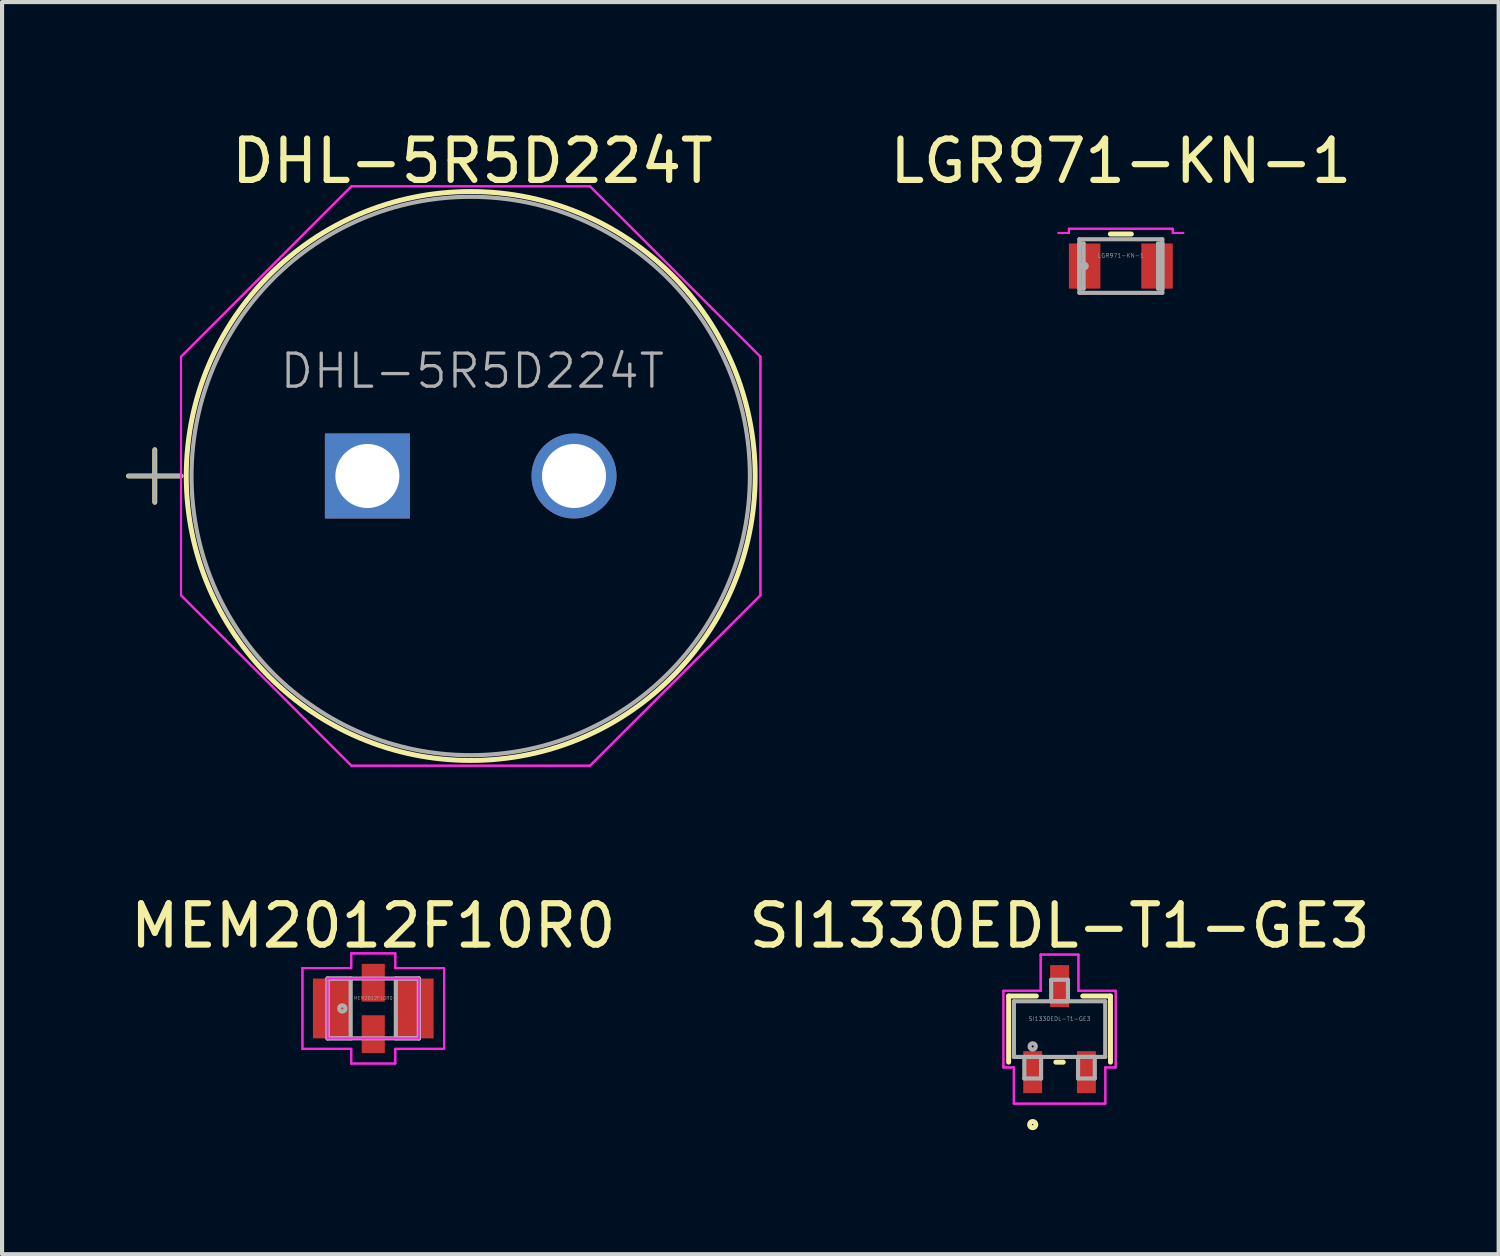
<source format=kicad_pcb>
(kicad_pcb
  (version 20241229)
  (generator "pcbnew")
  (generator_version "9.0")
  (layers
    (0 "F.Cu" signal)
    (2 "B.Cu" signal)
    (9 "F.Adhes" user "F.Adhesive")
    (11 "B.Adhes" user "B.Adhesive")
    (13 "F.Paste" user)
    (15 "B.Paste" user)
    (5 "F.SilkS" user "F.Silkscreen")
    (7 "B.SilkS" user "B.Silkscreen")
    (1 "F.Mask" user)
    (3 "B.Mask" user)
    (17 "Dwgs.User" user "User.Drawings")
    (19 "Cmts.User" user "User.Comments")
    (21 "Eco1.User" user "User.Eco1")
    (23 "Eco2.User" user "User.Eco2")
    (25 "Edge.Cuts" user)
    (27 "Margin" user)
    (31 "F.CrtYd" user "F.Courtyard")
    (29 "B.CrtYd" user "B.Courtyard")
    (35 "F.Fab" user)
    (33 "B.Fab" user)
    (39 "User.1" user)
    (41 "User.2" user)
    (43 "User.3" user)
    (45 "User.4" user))
  (footprint "MEM2012F10R0"
    (layer "F.Cu")
    (at 5.982 21.352)
    (property "Reference" "MEM2012F10R0" (at 0 -2 0) (layer "F.SilkS") (effects (font (size 1 1) (thickness 0.15))))
    (attr through_hole)
    (fp_line (start -1.714 -0.978) (end -0.533 -0.978) (stroke (width 0.05) (type solid)) (layer "F.CrtYd"))
    (fp_line (start -1.714 -0.978) (end -0.533 -0.978) (stroke (width 0.05) (type solid)) (layer "F.CrtYd"))
    (fp_line (start -1.714 0.978) (end -1.714 -0.978) (stroke (width 0.05) (type solid)) (layer "F.CrtYd"))
    (fp_line (start -1.714 0.978) (end -1.714 -0.978) (stroke (width 0.05) (type solid)) (layer "F.CrtYd"))
    (fp_line (start -1.714 0.978) (end -0.533 0.978) (stroke (width 0.05) (type solid)) (layer "F.CrtYd"))
    (fp_line (start -1.105 -0.724) (end 1.105 -0.724) (stroke (width 0.05) (type solid)) (layer "F.CrtYd"))
    (fp_line (start -1.105 0.724) (end -1.105 -0.724) (stroke (width 0.05) (type solid)) (layer "F.CrtYd"))
    (fp_line (start -0.533 -1.333) (end 0.533 -1.333) (stroke (width 0.05) (type solid)) (layer "F.CrtYd"))
    (fp_line (start -0.533 -1.333) (end 0.533 -1.333) (stroke (width 0.05) (type solid)) (layer "F.CrtYd"))
    (fp_line (start -0.533 -0.978) (end -0.533 -1.333) (stroke (width 0.05) (type solid)) (layer "F.CrtYd"))
    (fp_line (start -0.533 -0.978) (end -0.533 -1.333) (stroke (width 0.05) (type solid)) (layer "F.CrtYd"))
    (fp_line (start -0.533 0.978) (end -1.714 0.978) (stroke (width 0.05) (type solid)) (layer "F.CrtYd"))
    (fp_line (start -0.533 0.978) (end -0.533 1.333) (stroke (width 0.05) (type solid)) (layer "F.CrtYd"))
    (fp_line (start -0.533 1.333) (end -0.533 0.978) (stroke (width 0.05) (type solid)) (layer "F.CrtYd"))
    (fp_line (start -0.533 1.333) (end 0.533 1.333) (stroke (width 0.05) (type solid)) (layer "F.CrtYd"))
    (fp_line (start 0.533 -1.333) (end 0.533 -0.978) (stroke (width 0.05) (type solid)) (layer "F.CrtYd"))
    (fp_line (start 0.533 -0.978) (end 0.533 -1.333) (stroke (width 0.05) (type solid)) (layer "F.CrtYd"))
    (fp_line (start 0.533 -0.978) (end 1.714 -0.978) (stroke (width 0.05) (type solid)) (layer "F.CrtYd"))
    (fp_line (start 0.533 0.978) (end 0.533 1.333) (stroke (width 0.05) (type solid)) (layer "F.CrtYd"))
    (fp_line (start 0.533 0.978) (end 0.533 1.333) (stroke (width 0.05) (type solid)) (layer "F.CrtYd"))
    (fp_line (start 0.533 1.333) (end -0.533 1.333) (stroke (width 0.05) (type solid)) (layer "F.CrtYd"))
    (fp_line (start 1.105 -0.724) (end 1.105 0.724) (stroke (width 0.05) (type solid)) (layer "F.CrtYd"))
    (fp_line (start 1.105 0.724) (end -1.105 0.724) (stroke (width 0.05) (type solid)) (layer "F.CrtYd"))
    (fp_line (start 1.714 -0.978) (end 0.533 -0.978) (stroke (width 0.05) (type solid)) (layer "F.CrtYd"))
    (fp_line (start 1.714 -0.978) (end 1.714 0.978) (stroke (width 0.05) (type solid)) (layer "F.CrtYd"))
    (fp_line (start 1.714 0.978) (end 0.533 0.978) (stroke (width 0.05) (type solid)) (layer "F.CrtYd"))
    (fp_line (start 1.714 0.978) (end 0.533 0.978) (stroke (width 0.05) (type solid)) (layer "F.CrtYd"))
    (fp_line (start 1.714 0.978) (end 1.714 -0.978) (stroke (width 0.05) (type solid)) (layer "F.CrtYd"))
    (fp_line (start -1.105 -0.724) (end -1.105 0.724) (stroke (width 0.1) (type solid)) (layer "F.Fab"))
    (fp_line (start -1.105 -0.724) (end -1.105 0.724) (stroke (width 0.1) (type solid)) (layer "F.Fab"))
    (fp_line (start -1.105 0.724) (end -0.546 0.724) (stroke (width 0.1) (type solid)) (layer "F.Fab"))
    (fp_line (start -1.105 0.724) (end 1.105 0.724) (stroke (width 0.1) (type solid)) (layer "F.Fab"))
    (fp_line (start -0.546 -0.724) (end -1.105 -0.724) (stroke (width 0.1) (type solid)) (layer "F.Fab"))
    (fp_line (start -0.546 0.724) (end -0.546 -0.724) (stroke (width 0.1) (type solid)) (layer "F.Fab"))
    (fp_line (start 0.546 -0.724) (end 0.546 0.724) (stroke (width 0.1) (type solid)) (layer "F.Fab"))
    (fp_line (start 0.546 0.724) (end 1.105 0.724) (stroke (width 0.1) (type solid)) (layer "F.Fab"))
    (fp_line (start 1.105 -0.724) (end -1.105 -0.724) (stroke (width 0.1) (type solid)) (layer "F.Fab"))
    (fp_line (start 1.105 -0.724) (end 0.546 -0.724) (stroke (width 0.1) (type solid)) (layer "F.Fab"))
    (fp_line (start 1.105 0.724) (end 1.105 -0.724) (stroke (width 0.1) (type solid)) (layer "F.Fab"))
    (fp_line (start 1.105 0.724) (end 1.105 -0.724) (stroke (width 0.1) (type solid)) (layer "F.Fab"))
    (fp_circle (center -0.749 0) (end -0.673 0) (stroke (width 0.1) (type solid)) (fill no) (layer "F.Fab"))
    (fp_text user "${REFERENCE}" (at 0 -0.25 0) (layer "F.Fab") (effects (font (size 0.08 0.08) (thickness 0.008))))
    (pad "1" smd rect (at -1.003 0) (size 0.914 1.448) (layers "F.Cu" "F.Mask" "F.Paste"))
    (pad "2" smd rect (at 0 0.622) (size 0.559 0.914) (layers "F.Cu" "F.Mask" "F.Paste"))
    (pad "3" smd rect (at 1.003 0) (size 0.914 1.448) (layers "F.Cu" "F.Mask" "F.Paste"))
    (pad "4" smd rect (at 0 -0.622) (size 0.559 0.914) (layers "F.Cu" "F.Mask" "F.Paste")))
  (footprint "DHL-5R5D224T"
    (layer "F.Cu")
    (at 5.84 8.468)
    (property "Reference" "DHL-5R5D224T" (at 2.54 -7.62 0) (layer "F.SilkS") (effects (font (size 1 1) (thickness 0.15))))
    (attr through_hole)
    (fp_line (start -5.78 0) (end -4.51 0) (stroke (width 0.12) (type solid)) (layer "F.SilkS"))
    (fp_line (start -5.145 -0.635) (end -5.145 0.635) (stroke (width 0.12) (type solid)) (layer "F.SilkS"))
    (fp_circle (center 2.5 0) (end 9.383 0) (stroke (width 0.12) (type solid)) (fill no) (layer "F.SilkS"))
    (fp_line (start -4.51 -2.887) (end -0.387 -7.01) (stroke (width 0.05) (type solid)) (layer "F.CrtYd"))
    (fp_line (start -4.51 -2.887) (end -0.387 -7.01) (stroke (width 0.05) (type solid)) (layer "F.CrtYd"))
    (fp_line (start -4.51 2.887) (end -4.51 -2.887) (stroke (width 0.05) (type solid)) (layer "F.CrtYd"))
    (fp_line (start -4.51 2.887) (end -4.51 -2.887) (stroke (width 0.05) (type solid)) (layer "F.CrtYd"))
    (fp_line (start -0.387 -7.01) (end 5.387 -7.01) (stroke (width 0.05) (type solid)) (layer "F.CrtYd"))
    (fp_line (start -0.387 -7.01) (end 5.387 -7.01) (stroke (width 0.05) (type solid)) (layer "F.CrtYd"))
    (fp_line (start -0.387 7.01) (end -4.51 2.887) (stroke (width 0.05) (type solid)) (layer "F.CrtYd"))
    (fp_line (start -0.387 7.01) (end -4.51 2.887) (stroke (width 0.05) (type solid)) (layer "F.CrtYd"))
    (fp_line (start 5.387 -7.01) (end 9.51 -2.887) (stroke (width 0.05) (type solid)) (layer "F.CrtYd"))
    (fp_line (start 5.387 -7.01) (end 9.51 -2.887) (stroke (width 0.05) (type solid)) (layer "F.CrtYd"))
    (fp_line (start 5.387 7.01) (end -0.387 7.01) (stroke (width 0.05) (type solid)) (layer "F.CrtYd"))
    (fp_line (start 5.387 7.01) (end -0.387 7.01) (stroke (width 0.05) (type solid)) (layer "F.CrtYd"))
    (fp_line (start 9.51 -2.887) (end 9.51 2.887) (stroke (width 0.05) (type solid)) (layer "F.CrtYd"))
    (fp_line (start 9.51 -2.887) (end 9.51 2.887) (stroke (width 0.05) (type solid)) (layer "F.CrtYd"))
    (fp_line (start 9.51 2.887) (end 5.387 7.01) (stroke (width 0.05) (type solid)) (layer "F.CrtYd"))
    (fp_line (start 9.51 2.887) (end 5.387 7.01) (stroke (width 0.05) (type solid)) (layer "F.CrtYd"))
    (fp_line (start -5.78 0) (end -4.51 0) (stroke (width 0.1) (type solid)) (layer "F.Fab"))
    (fp_line (start -5.145 -0.635) (end -5.145 0.635) (stroke (width 0.1) (type solid)) (layer "F.Fab"))
    (fp_circle (center 2.5 0) (end 9.256 0) (stroke (width 0.1) (type solid)) (fill no) (layer "F.Fab"))
    (fp_text user "${REFERENCE}" (at 2.54 -2.54 0) (layer "F.Fab") (effects (font (size 0.8 0.8) (thickness 0.08))))
    (fp_text user "*" (at 0 0 0) (layer "F.Fab") (effects (font (size 1 1) (thickness 0.15))))
    (pad "1" thru_hole rect (at 0 0) (size 2.057 2.057) (drill 1.549) (layers "*.Cu" "*.Mask"))
    (pad "2" thru_hole circle (at 5 0) (size 2.057 2.057) (drill 1.549) (layers "*.Cu" "*.Mask")))
  (footprint "SI1330EDL-T1-GE3"
    (layer "F.Cu")
    (at 22.589 21.852)
    (property "Reference" "SI1330EDL-T1-GE3" (at 0 -2.5 0) (layer "F.SilkS") (effects (font (size 1 1) (thickness 0.15))))
    (attr through_hole)
    (fp_line (start -1.232 -0.8) (end -1.232 0.8) (stroke (width 0.12) (type solid)) (layer "F.SilkS"))
    (fp_line (start -0.561 -0.8) (end -1.232 -0.8) (stroke (width 0.12) (type solid)) (layer "F.SilkS"))
    (fp_line (start -0.089 0.8) (end 0.089 0.8) (stroke (width 0.12) (type solid)) (layer "F.SilkS"))
    (fp_line (start 1.232 -0.8) (end 0.561 -0.8) (stroke (width 0.12) (type solid)) (layer "F.SilkS"))
    (fp_line (start 1.232 0.8) (end 1.232 -0.8) (stroke (width 0.12) (type solid)) (layer "F.SilkS"))
    (fp_circle (center -0.65 2.311) (end -0.574 2.311) (stroke (width 0.12) (type solid)) (fill no) (layer "F.SilkS"))
    (fp_line (start -1.359 -0.927) (end -0.457 -0.927) (stroke (width 0.05) (type solid)) (layer "F.CrtYd"))
    (fp_line (start -1.359 -0.927) (end -0.457 -0.927) (stroke (width 0.05) (type solid)) (layer "F.CrtYd"))
    (fp_line (start -1.359 0.927) (end -1.359 -0.927) (stroke (width 0.05) (type solid)) (layer "F.CrtYd"))
    (fp_line (start -1.359 0.927) (end -1.359 -0.927) (stroke (width 0.05) (type solid)) (layer "F.CrtYd"))
    (fp_line (start -1.359 0.927) (end -1.107 0.927) (stroke (width 0.05) (type solid)) (layer "F.CrtYd"))
    (fp_line (start -1.107 0.927) (end -1.359 0.927) (stroke (width 0.05) (type solid)) (layer "F.CrtYd"))
    (fp_line (start -1.107 0.927) (end -1.107 1.803) (stroke (width 0.05) (type solid)) (layer "F.CrtYd"))
    (fp_line (start -1.107 1.803) (end -1.107 0.927) (stroke (width 0.05) (type solid)) (layer "F.CrtYd"))
    (fp_line (start -1.107 1.803) (end 1.107 1.803) (stroke (width 0.05) (type solid)) (layer "F.CrtYd"))
    (fp_line (start -0.457 -1.803) (end 0.457 -1.803) (stroke (width 0.05) (type solid)) (layer "F.CrtYd"))
    (fp_line (start -0.457 -1.803) (end 0.457 -1.803) (stroke (width 0.05) (type solid)) (layer "F.CrtYd"))
    (fp_line (start -0.457 -0.927) (end -0.457 -1.803) (stroke (width 0.05) (type solid)) (layer "F.CrtYd"))
    (fp_line (start -0.457 -0.927) (end -0.457 -1.803) (stroke (width 0.05) (type solid)) (layer "F.CrtYd"))
    (fp_line (start 0.457 -1.803) (end 0.457 -0.927) (stroke (width 0.05) (type solid)) (layer "F.CrtYd"))
    (fp_line (start 0.457 -0.927) (end 0.457 -1.803) (stroke (width 0.05) (type solid)) (layer "F.CrtYd"))
    (fp_line (start 0.457 -0.927) (end 1.359 -0.927) (stroke (width 0.05) (type solid)) (layer "F.CrtYd"))
    (fp_line (start 1.107 0.927) (end 1.107 1.803) (stroke (width 0.05) (type solid)) (layer "F.CrtYd"))
    (fp_line (start 1.107 0.927) (end 1.107 1.803) (stroke (width 0.05) (type solid)) (layer "F.CrtYd"))
    (fp_line (start 1.107 1.803) (end -1.107 1.803) (stroke (width 0.05) (type solid)) (layer "F.CrtYd"))
    (fp_line (start 1.359 -0.927) (end 0.457 -0.927) (stroke (width 0.05) (type solid)) (layer "F.CrtYd"))
    (fp_line (start 1.359 -0.927) (end 1.359 0.927) (stroke (width 0.05) (type solid)) (layer "F.CrtYd"))
    (fp_line (start 1.359 -0.927) (end 1.359 0.927) (stroke (width 0.05) (type solid)) (layer "F.CrtYd"))
    (fp_line (start 1.359 0.927) (end 1.107 0.927) (stroke (width 0.05) (type solid)) (layer "F.CrtYd"))
    (fp_line (start 1.359 0.927) (end 1.107 0.927) (stroke (width 0.05) (type solid)) (layer "F.CrtYd"))
    (fp_line (start -1.105 -0.673) (end -1.105 0.673) (stroke (width 0.1) (type solid)) (layer "F.Fab"))
    (fp_line (start -1.105 0.673) (end 1.105 0.673) (stroke (width 0.1) (type solid)) (layer "F.Fab"))
    (fp_line (start -0.853 0.673) (end -0.853 1.194) (stroke (width 0.1) (type solid)) (layer "F.Fab"))
    (fp_line (start -0.853 1.194) (end -0.447 1.194) (stroke (width 0.1) (type solid)) (layer "F.Fab"))
    (fp_line (start -0.447 0.673) (end -0.853 0.673) (stroke (width 0.1) (type solid)) (layer "F.Fab"))
    (fp_line (start -0.447 1.194) (end -0.447 0.673) (stroke (width 0.1) (type solid)) (layer "F.Fab"))
    (fp_line (start -0.203 -1.194) (end -0.203 -0.673) (stroke (width 0.1) (type solid)) (layer "F.Fab"))
    (fp_line (start -0.203 -0.673) (end 0.203 -0.673) (stroke (width 0.1) (type solid)) (layer "F.Fab"))
    (fp_line (start 0.203 -1.194) (end -0.203 -1.194) (stroke (width 0.1) (type solid)) (layer "F.Fab"))
    (fp_line (start 0.203 -0.673) (end 0.203 -1.194) (stroke (width 0.1) (type solid)) (layer "F.Fab"))
    (fp_line (start 0.447 0.673) (end 0.447 1.194) (stroke (width 0.1) (type solid)) (layer "F.Fab"))
    (fp_line (start 0.447 1.194) (end 0.853 1.194) (stroke (width 0.1) (type solid)) (layer "F.Fab"))
    (fp_line (start 0.853 0.673) (end 0.447 0.673) (stroke (width 0.1) (type solid)) (layer "F.Fab"))
    (fp_line (start 0.853 1.194) (end 0.853 0.673) (stroke (width 0.1) (type solid)) (layer "F.Fab"))
    (fp_line (start 1.105 -0.673) (end -1.105 -0.673) (stroke (width 0.1) (type solid)) (layer "F.Fab"))
    (fp_line (start 1.105 0.673) (end 1.105 -0.673) (stroke (width 0.1) (type solid)) (layer "F.Fab"))
    (fp_circle (center -0.65 0.419) (end -0.574 0.419) (stroke (width 0.1) (type solid)) (fill no) (layer "F.Fab"))
    (fp_text user "${REFERENCE}" (at 0 -0.25 0) (layer "F.Fab") (effects (font (size 0.1 0.1) (thickness 0.01))))
    (pad "1" smd rect (at -0.65 1.041) (size 0.457 1.016) (layers "F.Cu" "F.Mask" "F.Paste"))
    (pad "2" smd rect (at 0.65 1.041) (size 0.457 1.016) (layers "F.Cu" "F.Mask" "F.Paste"))
    (pad "3" smd rect (at 0 -1.041) (size 0.457 1.016) (layers "F.Cu" "F.Mask" "F.Paste")))
  (footprint "LGR971-KN-1"
    (layer "F.Cu")
    (at 24.072 3.388)
    (property "Reference" "LGR971-KN-1" (at 0 -2.54 0) (layer "F.SilkS") (effects (font (size 1 1) (thickness 0.15))))
    (attr through_hole)
    (fp_line (start 0.254 -0.775) (end -0.254 -0.775) (stroke (width 0.12) (type solid)) (layer "F.SilkS"))
    (fp_line (start -1.511 -0.8) (end -1.257 -0.8) (stroke (width 0.05) (type solid)) (layer "F.CrtYd"))
    (fp_line (start -1.511 -0.8) (end -1.257 -0.8) (stroke (width 0.05) (type solid)) (layer "F.CrtYd"))
    (fp_line (start -1.257 -0.902) (end 1.257 -0.902) (stroke (width 0.05) (type solid)) (layer "F.CrtYd"))
    (fp_line (start -1.257 -0.902) (end 1.257 -0.902) (stroke (width 0.05) (type solid)) (layer "F.CrtYd"))
    (fp_line (start -1.257 -0.8) (end -1.257 -0.902) (stroke (width 0.05) (type solid)) (layer "F.CrtYd"))
    (fp_line (start -1.257 -0.8) (end -1.257 -0.902) (stroke (width 0.05) (type solid)) (layer "F.CrtYd"))
    (fp_line (start 1.257 -0.902) (end 1.257 -0.8) (stroke (width 0.05) (type solid)) (layer "F.CrtYd"))
    (fp_line (start 1.257 -0.902) (end 1.257 -0.8) (stroke (width 0.05) (type solid)) (layer "F.CrtYd"))
    (fp_line (start 1.257 -0.8) (end 1.511 -0.8) (stroke (width 0.05) (type solid)) (layer "F.CrtYd"))
    (fp_line (start 1.257 -0.8) (end 1.511 -0.8) (stroke (width 0.05) (type solid)) (layer "F.CrtYd"))
    (fp_line (start -1.003 -0.648) (end -1.003 0.648) (stroke (width 0.1) (type solid)) (layer "F.Fab"))
    (fp_line (start -1.003 -0.546) (end -0.902 -0.546) (stroke (width 0.1) (type solid)) (layer "F.Fab"))
    (fp_line (start -1.003 0.546) (end -1.003 -0.546) (stroke (width 0.1) (type solid)) (layer "F.Fab"))
    (fp_line (start -1.003 0.648) (end 1.003 0.648) (stroke (width 0.1) (type solid)) (layer "F.Fab"))
    (fp_line (start -0.902 -0.546) (end -0.902 0.546) (stroke (width 0.1) (type solid)) (layer "F.Fab"))
    (fp_line (start -0.902 0.546) (end -1.003 0.546) (stroke (width 0.1) (type solid)) (layer "F.Fab"))
    (fp_line (start 0.902 -0.546) (end 1.003 -0.546) (stroke (width 0.1) (type solid)) (layer "F.Fab"))
    (fp_line (start 0.902 0.546) (end 0.902 -0.546) (stroke (width 0.1) (type solid)) (layer "F.Fab"))
    (fp_line (start 1.003 -0.648) (end -1.003 -0.648) (stroke (width 0.1) (type solid)) (layer "F.Fab"))
    (fp_line (start 1.003 -0.546) (end 1.003 0.546) (stroke (width 0.1) (type solid)) (layer "F.Fab"))
    (fp_line (start 1.003 0.546) (end 0.902 0.546) (stroke (width 0.1) (type solid)) (layer "F.Fab"))
    (fp_line (start 1.003 0.648) (end 1.003 -0.648) (stroke (width 0.1) (type solid)) (layer "F.Fab"))
    (fp_circle (center -0.876 0) (end -0.876 0) (stroke (width 0.1) (type solid)) (fill no) (layer "F.Fab"))
    (fp_text user "${REFERENCE}" (at 0 -0.254 0) (layer "F.Fab") (effects (font (size 0.1 0.1) (thickness 0.01))))
    (pad "1" smd rect (at -0.876 0) (size 0.762 1.092) (layers "F.Cu" "F.Mask" "F.Paste"))
    (pad "2" smd rect (at 0.876 0) (size 0.762 1.092) (layers "F.Cu" "F.Mask" "F.Paste")))
  (gr_rect
    (start -3 -3)
    (end 33.214 27.299)
    (stroke (width 0.1) (type default))
    (fill no)
    (layer "Edge.Cuts")))
</source>
